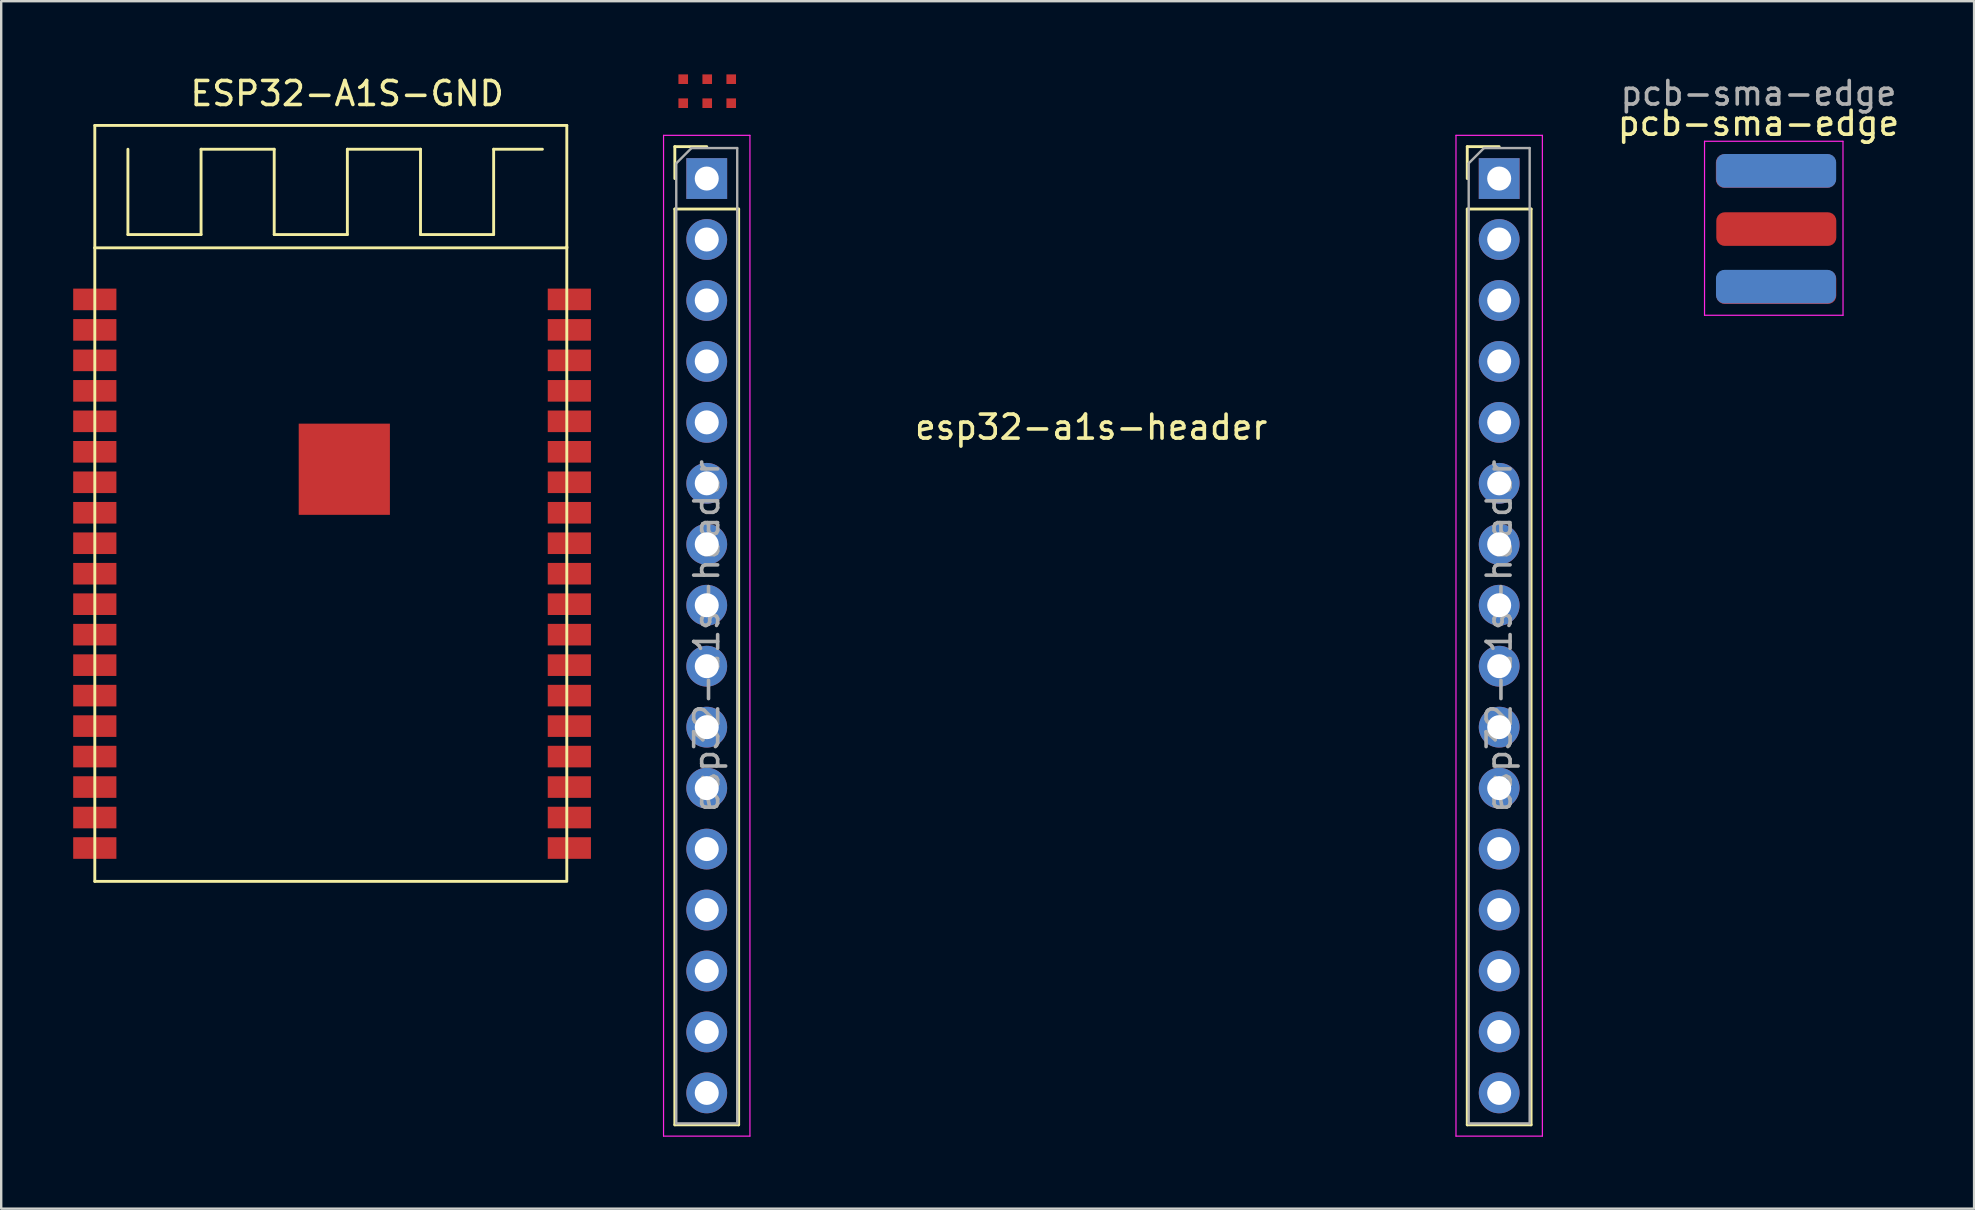
<source format=kicad_pcb>
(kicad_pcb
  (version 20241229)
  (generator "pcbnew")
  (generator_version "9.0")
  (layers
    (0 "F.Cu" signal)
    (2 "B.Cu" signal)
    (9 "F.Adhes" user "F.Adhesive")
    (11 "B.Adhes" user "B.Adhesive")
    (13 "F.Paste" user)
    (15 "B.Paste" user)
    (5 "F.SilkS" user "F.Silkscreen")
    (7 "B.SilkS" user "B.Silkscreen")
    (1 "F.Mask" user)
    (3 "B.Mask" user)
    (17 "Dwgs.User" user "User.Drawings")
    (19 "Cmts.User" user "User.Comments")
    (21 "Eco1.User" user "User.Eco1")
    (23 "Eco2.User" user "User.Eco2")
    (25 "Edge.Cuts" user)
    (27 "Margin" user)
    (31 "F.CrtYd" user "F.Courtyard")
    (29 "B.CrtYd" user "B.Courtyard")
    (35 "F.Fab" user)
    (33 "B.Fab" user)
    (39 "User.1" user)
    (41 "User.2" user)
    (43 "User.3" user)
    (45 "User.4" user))
  (footprint "pcb-sma-edge"
    (layer "F.Cu")
    (at 70.976 1.337)
    (property "Reference" "pcb-sma-edge" (at -0.75 0.75 0) (layer "F.SilkS") (effects (font (size 1 1) (thickness 0.15))))
    (attr through_hole)
    (fp_line (start -3 1.5) (end -3 8.75) (stroke (width 0.05) (type solid)) (layer "F.CrtYd"))
    (fp_line (start 2.769 1.5) (end -3 1.5) (stroke (width 0.05) (type solid)) (layer "F.CrtYd"))
    (fp_line (start 2.769 1.5) (end 2.771 8.75) (stroke (width 0.05) (type solid)) (layer "F.CrtYd"))
    (fp_line (start 2.771 8.75) (end -3 8.75) (stroke (width 0.05) (type solid)) (layer "F.CrtYd"))
    (fp_text user "${REFERENCE}" (at -0.75 -0.5 0) (layer "F.Fab") (effects (font (size 0.98 0.98) (thickness 0.15))))
    (pad "1" smd roundrect (at -0.01 5.159) (size 5 1.4) (layers "F.Cu" "F.Mask" "F.Paste") (roundrect_rratio 0.25))
    (pad "2" smd roundrect (at -0.028 2.738) (size 5 1.4) (layers "F.Cu" "F.Mask" "F.Paste") (roundrect_rratio 0.25))
    (pad "2" smd roundrect (at -0.023 7.559) (size 5 1.4) (layers "B.Cu" "B.Mask" "B.Paste") (roundrect_rratio 0.25))
    (pad "2" smd roundrect (at -0.015 2.731) (size 5 1.4) (layers "B.Cu" "B.Mask" "B.Paste") (roundrect_rratio 0.25))
    (pad "2" smd roundrect (at -0.01 7.579) (size 5 1.4) (layers "F.Cu" "F.Mask" "F.Paste") (roundrect_rratio 0.25)))
  (footprint "ESP32-A1S-GND"
    (layer "F.Cu")
    (at 10.916 3.676)
    (property "Reference" "ESP32-A1S-GND" (at 0.5 -2.828 0) (layer "F.SilkS") (effects (font (size 1 1) (thickness 0.15))))
    (attr through_hole)
    (fp_line (start -10.016 -1.5) (end 9.652 -1.5) (stroke (width 0.12) (type solid)) (layer "F.SilkS"))
    (fp_line (start -10.016 3.6) (end -10.016 -1.5) (stroke (width 0.12) (type solid)) (layer "F.SilkS"))
    (fp_line (start -10.016 3.6) (end 9.652 3.6) (stroke (width 0.12) (type solid)) (layer "F.SilkS"))
    (fp_line (start -10.016 30) (end -10.016 3.6) (stroke (width 0.12) (type solid)) (layer "F.SilkS"))
    (fp_line (start -10.016 30) (end 9.652 30) (stroke (width 0.12) (type solid)) (layer "F.SilkS"))
    (fp_line (start -8.636 -0.508) (end -8.636 3.048) (stroke (width 0.12) (type solid)) (layer "F.SilkS"))
    (fp_line (start -8.636 3.048) (end -5.588 3.048) (stroke (width 0.12) (type solid)) (layer "F.SilkS"))
    (fp_line (start -5.588 -0.508) (end -2.54 -0.508) (stroke (width 0.12) (type solid)) (layer "F.SilkS"))
    (fp_line (start -5.588 3.048) (end -5.588 -0.508) (stroke (width 0.12) (type solid)) (layer "F.SilkS"))
    (fp_line (start -2.54 -0.508) (end -2.54 3.048) (stroke (width 0.12) (type solid)) (layer "F.SilkS"))
    (fp_line (start -2.54 3.048) (end 0.508 3.048) (stroke (width 0.12) (type solid)) (layer "F.SilkS"))
    (fp_line (start 0.508 -0.508) (end 3.556 -0.508) (stroke (width 0.12) (type solid)) (layer "F.SilkS"))
    (fp_line (start 0.508 3.048) (end 0.508 -0.508) (stroke (width 0.12) (type solid)) (layer "F.SilkS"))
    (fp_line (start 3.556 -0.508) (end 3.556 3.048) (stroke (width 0.12) (type solid)) (layer "F.SilkS"))
    (fp_line (start 3.556 3.048) (end 6.604 3.048) (stroke (width 0.12) (type solid)) (layer "F.SilkS"))
    (fp_line (start 6.604 -0.508) (end 8.636 -0.508) (stroke (width 0.12) (type solid)) (layer "F.SilkS"))
    (fp_line (start 6.604 3.048) (end 6.604 -0.508) (stroke (width 0.12) (type solid)) (layer "F.SilkS"))
    (fp_line (start 9.652 3.6) (end 9.652 -1.5) (stroke (width 0.12) (type solid)) (layer "F.SilkS"))
    (fp_line (start 9.652 29.956) (end 9.652 3.556) (stroke (width 0.12) (type solid)) (layer "F.SilkS"))
    (pad "1" smd rect (at -10.016 5.75) (size 1.8 0.9) (layers "F.Cu" "F.Mask" "F.Paste"))
    (pad "1" smd rect (at 0.381 12.827) (size 3.8 3.8) (layers "F.Cu" "F.Mask" "F.Paste"))
    (pad "2" smd rect (at -10.016 7.02) (size 1.8 0.9) (layers "F.Cu" "F.Mask" "F.Paste"))
    (pad "3" smd rect (at -10.016 8.29) (size 1.8 0.9) (layers "F.Cu" "F.Mask" "F.Paste"))
    (pad "4" smd rect (at -10.016 9.56) (size 1.8 0.9) (layers "F.Cu" "F.Mask" "F.Paste"))
    (pad "5" smd rect (at -10.016 10.83) (size 1.8 0.9) (layers "F.Cu" "F.Mask" "F.Paste"))
    (pad "6" smd rect (at -10.016 12.1) (size 1.8 0.9) (layers "F.Cu" "F.Mask" "F.Paste"))
    (pad "7" smd rect (at -10.016 13.37) (size 1.8 0.9) (layers "F.Cu" "F.Mask" "F.Paste"))
    (pad "8" smd rect (at -10.016 14.64) (size 1.8 0.9) (layers "F.Cu" "F.Mask" "F.Paste"))
    (pad "9" smd rect (at -10.016 15.91) (size 1.8 0.9) (layers "F.Cu" "F.Mask" "F.Paste"))
    (pad "10" smd rect (at -10.016 17.18) (size 1.8 0.9) (layers "F.Cu" "F.Mask" "F.Paste"))
    (pad "11" smd rect (at -10.016 18.45) (size 1.8 0.9) (layers "F.Cu" "F.Mask" "F.Paste"))
    (pad "12" smd rect (at -10.016 19.72) (size 1.8 0.9) (layers "F.Cu" "F.Mask" "F.Paste"))
    (pad "13" smd rect (at -10.016 20.99) (size 1.8 0.9) (layers "F.Cu" "F.Mask" "F.Paste"))
    (pad "14" smd rect (at -10.016 22.26) (size 1.8 0.9) (layers "F.Cu" "F.Mask" "F.Paste"))
    (pad "15" smd rect (at -10.016 23.53) (size 1.8 0.9) (layers "F.Cu" "F.Mask" "F.Paste"))
    (pad "16" smd rect (at -10.016 24.8) (size 1.8 0.9) (layers "F.Cu" "F.Mask" "F.Paste"))
    (pad "17" smd rect (at -10.016 26.07) (size 1.8 0.9) (layers "F.Cu" "F.Mask" "F.Paste"))
    (pad "18" smd rect (at -10.016 27.34) (size 1.8 0.9) (layers "F.Cu" "F.Mask" "F.Paste"))
    (pad "19" smd rect (at -10.016 28.61) (size 1.8 0.9) (layers "F.Cu" "F.Mask" "F.Paste"))
    (pad "20" smd rect (at 9.758 28.61) (size 1.8 0.9) (layers "F.Cu" "F.Mask" "F.Paste"))
    (pad "21" smd rect (at 9.758 27.34) (size 1.8 0.9) (layers "F.Cu" "F.Mask" "F.Paste"))
    (pad "22" smd rect (at 9.758 26.07) (size 1.8 0.9) (layers "F.Cu" "F.Mask" "F.Paste"))
    (pad "23" smd rect (at 9.758 24.8) (size 1.8 0.9) (layers "F.Cu" "F.Mask" "F.Paste"))
    (pad "24" smd rect (at 9.758 23.53) (size 1.8 0.9) (layers "F.Cu" "F.Mask" "F.Paste"))
    (pad "25" smd rect (at 9.758 22.26) (size 1.8 0.9) (layers "F.Cu" "F.Mask" "F.Paste"))
    (pad "26" smd rect (at 9.758 20.99) (size 1.8 0.9) (layers "F.Cu" "F.Mask" "F.Paste"))
    (pad "27" smd rect (at 9.758 19.72) (size 1.8 0.9) (layers "F.Cu" "F.Mask" "F.Paste"))
    (pad "28" smd rect (at 9.758 18.45) (size 1.8 0.9) (layers "F.Cu" "F.Mask" "F.Paste"))
    (pad "29" smd rect (at 9.758 17.18) (size 1.8 0.9) (layers "F.Cu" "F.Mask" "F.Paste"))
    (pad "30" smd rect (at 9.758 15.91) (size 1.8 0.9) (layers "F.Cu" "F.Mask" "F.Paste"))
    (pad "31" smd rect (at 9.758 14.64) (size 1.8 0.9) (layers "F.Cu" "F.Mask" "F.Paste"))
    (pad "32" smd rect (at 9.758 13.37) (size 1.8 0.9) (layers "F.Cu" "F.Mask" "F.Paste"))
    (pad "33" smd rect (at 9.758 12.1) (size 1.8 0.9) (layers "F.Cu" "F.Mask" "F.Paste"))
    (pad "34" smd rect (at 9.758 10.83) (size 1.8 0.9) (layers "F.Cu" "F.Mask" "F.Paste"))
    (pad "35" smd rect (at 9.758 9.56) (size 1.8 0.9) (layers "F.Cu" "F.Mask" "F.Paste"))
    (pad "36" smd rect (at 9.758 8.29) (size 1.8 0.9) (layers "F.Cu" "F.Mask" "F.Paste"))
    (pad "37" smd rect (at 9.758 7.02) (size 1.8 0.9) (layers "F.Cu" "F.Mask" "F.Paste"))
    (pad "38" smd rect (at 9.758 5.75) (size 1.8 0.9) (layers "F.Cu" "F.Mask" "F.Paste")))
  (footprint "esp32-a1s-header"
    (layer "F.Cu")
    (at 42.419 0.25)
    (property "Reference" "esp32-a1s-header" (at 0 14.5 0) (unlocked yes) (layer "F.SilkS") (effects (font (size 1 1) (thickness 0.15))))
    (attr through_hole)
    (fp_line (start -17.35 2.81) (end -16.02 2.81) (stroke (width 0.12) (type solid)) (layer "F.SilkS"))
    (fp_line (start -17.35 4.14) (end -17.35 2.81) (stroke (width 0.12) (type solid)) (layer "F.SilkS"))
    (fp_line (start -17.35 5.41) (end -17.35 43.57) (stroke (width 0.12) (type solid)) (layer "F.SilkS"))
    (fp_line (start -17.35 5.41) (end -14.69 5.41) (stroke (width 0.12) (type solid)) (layer "F.SilkS"))
    (fp_line (start -17.35 43.57) (end -14.69 43.57) (stroke (width 0.12) (type solid)) (layer "F.SilkS"))
    (fp_line (start -14.69 5.41) (end -14.69 43.57) (stroke (width 0.12) (type solid)) (layer "F.SilkS"))
    (fp_line (start 15.67 2.81) (end 17 2.81) (stroke (width 0.12) (type solid)) (layer "F.SilkS"))
    (fp_line (start 15.67 4.14) (end 15.67 2.81) (stroke (width 0.12) (type solid)) (layer "F.SilkS"))
    (fp_line (start 15.67 5.41) (end 15.67 43.57) (stroke (width 0.12) (type solid)) (layer "F.SilkS"))
    (fp_line (start 15.67 5.41) (end 18.33 5.41) (stroke (width 0.12) (type solid)) (layer "F.SilkS"))
    (fp_line (start 15.67 43.57) (end 18.33 43.57) (stroke (width 0.12) (type solid)) (layer "F.SilkS"))
    (fp_line (start 18.33 5.41) (end 18.33 43.57) (stroke (width 0.12) (type solid)) (layer "F.SilkS"))
    (fp_line (start -17.82 2.34) (end -17.82 44.04) (stroke (width 0.05) (type solid)) (layer "F.CrtYd"))
    (fp_line (start -17.82 44.04) (end -14.22 44.04) (stroke (width 0.05) (type solid)) (layer "F.CrtYd"))
    (fp_line (start -14.22 2.34) (end -17.82 2.34) (stroke (width 0.05) (type solid)) (layer "F.CrtYd"))
    (fp_line (start -14.22 44.04) (end -14.22 2.34) (stroke (width 0.05) (type solid)) (layer "F.CrtYd"))
    (fp_line (start 15.2 2.34) (end 15.2 44.04) (stroke (width 0.05) (type solid)) (layer "F.CrtYd"))
    (fp_line (start 15.2 44.04) (end 18.8 44.04) (stroke (width 0.05) (type solid)) (layer "F.CrtYd"))
    (fp_line (start 18.8 2.34) (end 15.2 2.34) (stroke (width 0.05) (type solid)) (layer "F.CrtYd"))
    (fp_line (start 18.8 44.04) (end 18.8 2.34) (stroke (width 0.05) (type solid)) (layer "F.CrtYd"))
    (fp_line (start -17.29 3.505) (end -16.655 2.87) (stroke (width 0.1) (type solid)) (layer "F.Fab"))
    (fp_line (start -17.29 43.51) (end -17.29 3.505) (stroke (width 0.1) (type solid)) (layer "F.Fab"))
    (fp_line (start -16.655 2.87) (end -14.75 2.87) (stroke (width 0.1) (type solid)) (layer "F.Fab"))
    (fp_line (start -14.75 2.87) (end -14.75 43.51) (stroke (width 0.1) (type solid)) (layer "F.Fab"))
    (fp_line (start -14.75 43.51) (end -17.29 43.51) (stroke (width 0.1) (type solid)) (layer "F.Fab"))
    (fp_line (start 15.73 3.505) (end 16.365 2.87) (stroke (width 0.1) (type solid)) (layer "F.Fab"))
    (fp_line (start 15.73 43.51) (end 15.73 3.505) (stroke (width 0.1) (type solid)) (layer "F.Fab"))
    (fp_line (start 16.365 2.87) (end 18.27 2.87) (stroke (width 0.1) (type solid)) (layer "F.Fab"))
    (fp_line (start 18.27 2.87) (end 18.27 43.51) (stroke (width 0.1) (type solid)) (layer "F.Fab"))
    (fp_line (start 18.27 43.51) (end 15.73 43.51) (stroke (width 0.1) (type solid)) (layer "F.Fab"))
    (fp_text user "${REFERENCE}" (at 17 23.19 90) (layer "F.Fab") (effects (font (size 1 1) (thickness 0.15))))
    (fp_text user "${REFERENCE}" (at -16.02 23.19 90) (layer "F.Fab") (effects (font (size 1 1) (thickness 0.15))))
    (pad "1" thru_hole rect (at -16.02 4.14) (size 1.7 1.7) (drill 1) (layers "*.Cu" "*.Mask"))
    (pad "2" thru_hole oval (at -16.02 6.68) (size 1.7 1.7) (drill 1) (layers "*.Cu" "*.Mask"))
    (pad "3" smd rect (at -15 0) (size 0.4 0.4) (layers "F.Cu" "F.Mask" "F.Paste"))
    (pad "4" smd rect (at -17 1) (size 0.4 0.4) (layers "F.Cu" "F.Mask" "F.Paste"))
    (pad "5" thru_hole oval (at -16.02 9.22) (size 1.7 1.7) (drill 1) (layers "*.Cu" "*.Mask"))
    (pad "6" thru_hole oval (at -16.02 11.76) (size 1.7 1.7) (drill 1) (layers "*.Cu" "*.Mask"))
    (pad "7" thru_hole oval (at -16.02 14.3) (size 1.7 1.7) (drill 1) (layers "*.Cu" "*.Mask"))
    (pad "8" thru_hole oval (at -16.02 16.84) (size 1.7 1.7) (drill 1) (layers "*.Cu" "*.Mask"))
    (pad "9" thru_hole oval (at -16.02 19.38) (size 1.7 1.7) (drill 1) (layers "*.Cu" "*.Mask"))
    (pad "10" thru_hole oval (at -16.02 21.92) (size 1.7 1.7) (drill 1) (layers "*.Cu" "*.Mask"))
    (pad "11" thru_hole oval (at -16.02 24.46) (size 1.7 1.7) (drill 1) (layers "*.Cu" "*.Mask"))
    (pad "12" thru_hole oval (at -16.02 27) (size 1.7 1.7) (drill 1) (layers "*.Cu" "*.Mask"))
    (pad "13" thru_hole oval (at -16.02 29.54) (size 1.7 1.7) (drill 1) (layers "*.Cu" "*.Mask"))
    (pad "14" thru_hole oval (at -16.02 32.08) (size 1.7 1.7) (drill 1) (layers "*.Cu" "*.Mask"))
    (pad "15" thru_hole oval (at -16.02 34.62) (size 1.7 1.7) (drill 1) (layers "*.Cu" "*.Mask"))
    (pad "16" thru_hole oval (at -16.02 37.16) (size 1.7 1.7) (drill 1) (layers "*.Cu" "*.Mask"))
    (pad "17" thru_hole oval (at -16.02 39.7) (size 1.7 1.7) (drill 1) (layers "*.Cu" "*.Mask"))
    (pad "18" thru_hole oval (at -16.02 42.24) (size 1.7 1.7) (drill 1) (layers "*.Cu" "*.Mask"))
    (pad "19" smd rect (at -17 0) (size 0.4 0.4) (layers "F.Cu" "F.Mask" "F.Paste"))
    (pad "20" thru_hole oval (at 17 42.24) (size 1.7 1.7) (drill 1) (layers "*.Cu" "*.Mask"))
    (pad "21" thru_hole oval (at 17 39.7) (size 1.7 1.7) (drill 1) (layers "*.Cu" "*.Mask"))
    (pad "22" thru_hole oval (at 17 37.16) (size 1.7 1.7) (drill 1) (layers "*.Cu" "*.Mask"))
    (pad "23" smd rect (at -16 1) (size 0.4 0.4) (layers "F.Cu" "F.Mask" "F.Paste"))
    (pad "24" thru_hole oval (at 17 34.62) (size 1.7 1.7) (drill 1) (layers "*.Cu" "*.Mask"))
    (pad "25" smd rect (at -15 1) (size 0.4 0.4) (layers "F.Cu" "F.Mask" "F.Paste"))
    (pad "26" thru_hole oval (at 17 32.08) (size 1.7 1.7) (drill 1) (layers "*.Cu" "*.Mask"))
    (pad "27" thru_hole oval (at 17 29.54) (size 1.7 1.7) (drill 1) (layers "*.Cu" "*.Mask"))
    (pad "28" thru_hole oval (at 17 27) (size 1.7 1.7) (drill 1) (layers "*.Cu" "*.Mask"))
    (pad "29" thru_hole oval (at 17 24.46) (size 1.7 1.7) (drill 1) (layers "*.Cu" "*.Mask"))
    (pad "30" thru_hole oval (at 17 21.92) (size 1.7 1.7) (drill 1) (layers "*.Cu" "*.Mask"))
    (pad "31" thru_hole oval (at 17 19.38) (size 1.7 1.7) (drill 1) (layers "*.Cu" "*.Mask"))
    (pad "32" thru_hole oval (at 17 16.84) (size 1.7 1.7) (drill 1) (layers "*.Cu" "*.Mask"))
    (pad "33" thru_hole oval (at 17 14.3) (size 1.7 1.7) (drill 1) (layers "*.Cu" "*.Mask"))
    (pad "34" thru_hole oval (at 17 11.76) (size 1.7 1.7) (drill 1) (layers "*.Cu" "*.Mask"))
    (pad "35" thru_hole oval (at 17 9.22) (size 1.7 1.7) (drill 1) (layers "*.Cu" "*.Mask"))
    (pad "36" thru_hole oval (at 17 6.68) (size 1.7 1.7) (drill 1) (layers "*.Cu" "*.Mask"))
    (pad "37" thru_hole rect (at 17 4.14) (size 1.7 1.7) (drill 1) (layers "*.Cu" "*.Mask"))
    (pad "38" smd rect (at -16 0) (size 0.4 0.4) (layers "F.Cu" "F.Mask" "F.Paste")))
  (gr_rect
    (start -3 -3)
    (end 79.208 47.315)
    (stroke (width 0.1) (type default))
    (fill no)
    (layer "Edge.Cuts")))
</source>
